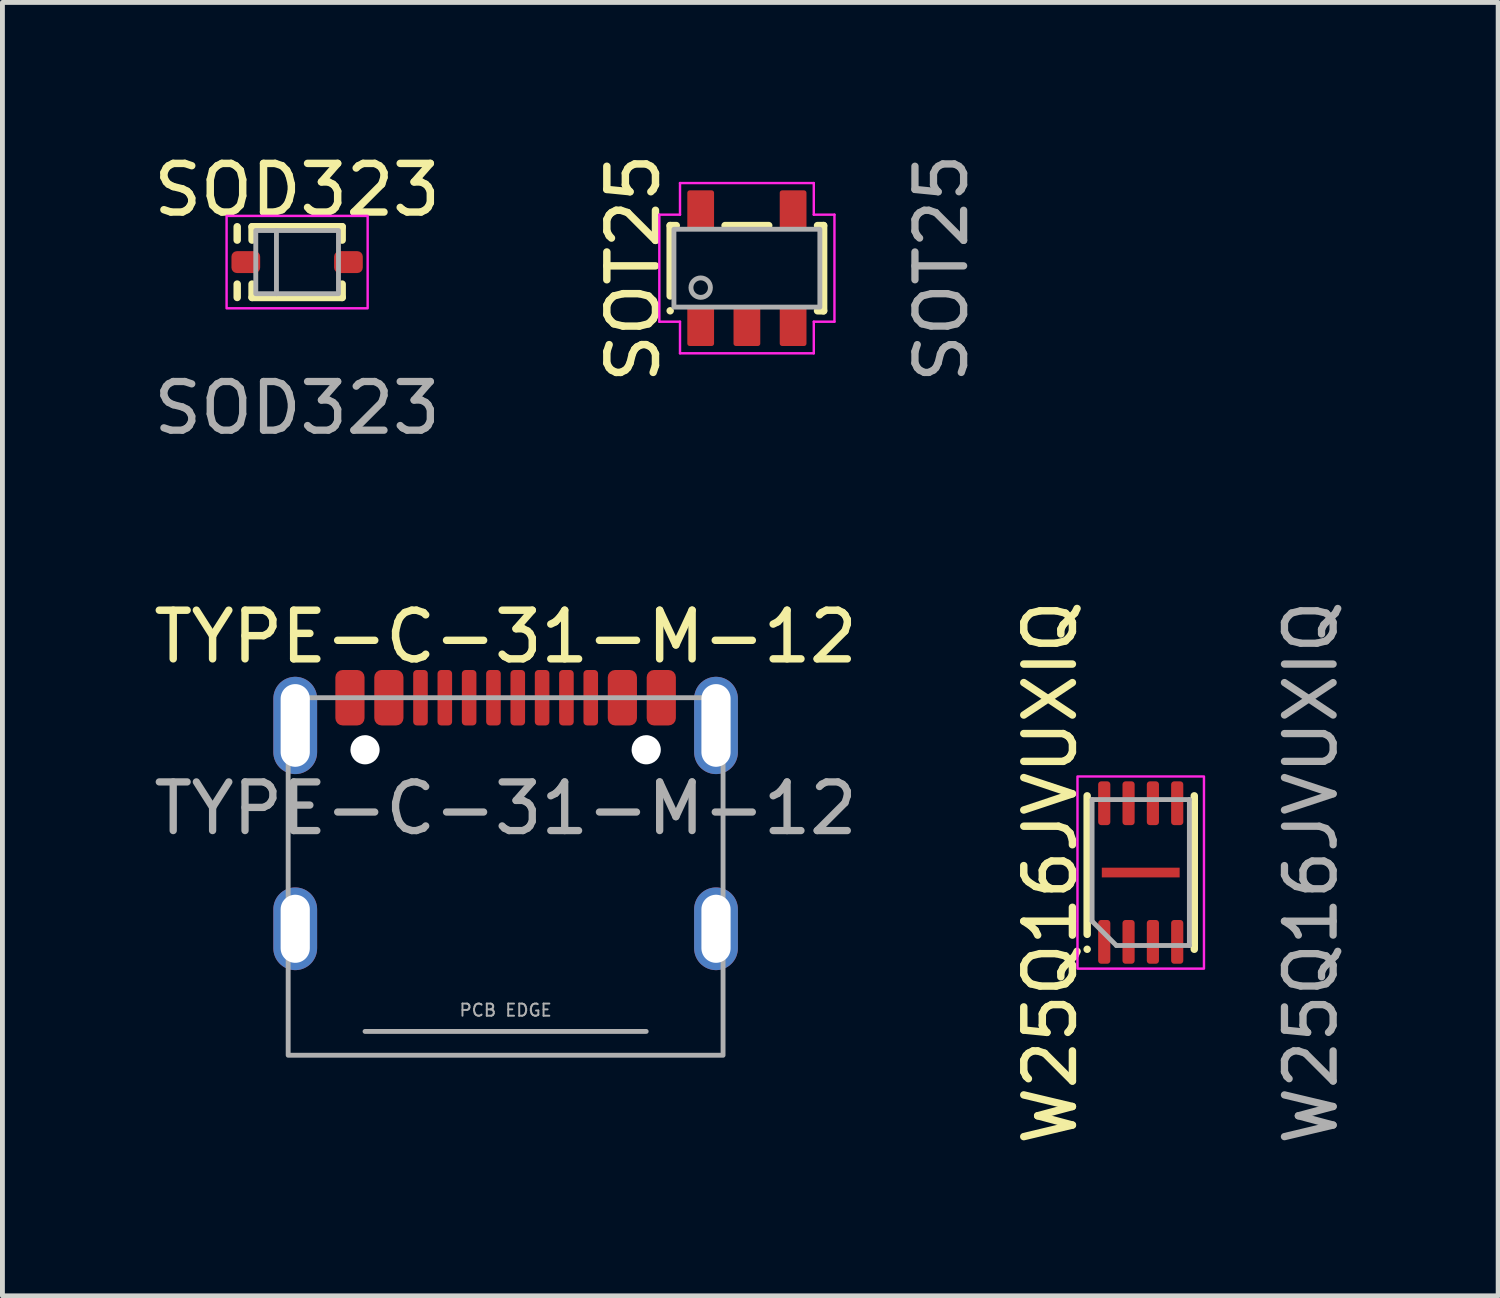
<source format=kicad_pcb>
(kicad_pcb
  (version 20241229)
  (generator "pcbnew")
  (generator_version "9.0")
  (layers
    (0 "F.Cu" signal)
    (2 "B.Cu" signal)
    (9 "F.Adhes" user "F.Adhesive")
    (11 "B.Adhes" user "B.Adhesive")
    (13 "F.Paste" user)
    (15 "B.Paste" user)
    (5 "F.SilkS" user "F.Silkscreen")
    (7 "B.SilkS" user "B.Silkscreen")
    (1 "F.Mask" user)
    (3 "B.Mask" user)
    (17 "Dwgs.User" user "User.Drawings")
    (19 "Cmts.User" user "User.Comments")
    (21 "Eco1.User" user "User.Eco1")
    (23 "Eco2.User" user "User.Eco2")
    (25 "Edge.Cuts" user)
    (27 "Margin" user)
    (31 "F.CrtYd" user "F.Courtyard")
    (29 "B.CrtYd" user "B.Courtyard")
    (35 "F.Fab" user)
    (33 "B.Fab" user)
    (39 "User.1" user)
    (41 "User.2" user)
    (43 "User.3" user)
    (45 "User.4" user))
  (footprint "W25Q16JVUXIQ"
    (layer "F.Cu")
    (at 20.4 14.887)
    (property "Reference" "W25Q16JVUXIQ" (at -1.859 0 90) (unlocked yes) (layer "F.SilkS") (effects (font (size 1 1) (thickness 0.153))))
    (attr smd)
    (fp_line (start -1.101 -1.577) (end -1.101 1.27) (stroke (width 0.153) (type solid)) (layer "F.SilkS"))
    (fp_line (start -1.101 1.577) (end -1.101 1.577) (stroke (width 0.153) (type solid)) (layer "F.SilkS"))
    (fp_line (start 1.101 -1.577) (end 1.101 1.577) (stroke (width 0.153) (type solid)) (layer "F.SilkS"))
    (fp_rect (start -1.3 -1.975) (end 1.3 1.975) (stroke (width 0.05) (type solid)) (fill no) (layer "F.CrtYd"))
    (fp_line (start -1 -1.5) (end -1 1) (stroke (width 0.1) (type solid)) (layer "F.Fab"))
    (fp_line (start -1 -1.5) (end 1 -1.5) (stroke (width 0.1) (type default)) (layer "F.Fab"))
    (fp_line (start -1 1) (end -0.5 1.5) (stroke (width 0.1) (type default)) (layer "F.Fab"))
    (fp_line (start -0.5 1.5) (end 1 1.5) (stroke (width 0.1) (type solid)) (layer "F.Fab"))
    (fp_line (start 1 -1.5) (end 1 1.5) (stroke (width 0.1) (type default)) (layer "F.Fab"))
    (fp_text user "${REFERENCE}" (at 3.5 0 90) (unlocked yes) (layer "F.Fab") (effects (font (size 1 1) (thickness 0.15))))
    (pad "" smd roundrect (at 0 0) (size 1.29 0.16) (layers "F.Paste") (roundrect_rratio 0.25))
    (pad "1" smd roundrect (at -0.75 1.425) (size 0.25 0.9) (layers "F.Cu" "F.Mask" "F.Paste") (roundrect_rratio 0.25))
    (pad "2" smd roundrect (at -0.25 1.425) (size 0.25 0.9) (layers "F.Cu" "F.Mask" "F.Paste") (roundrect_rratio 0.25))
    (pad "3" smd roundrect (at 0.25 1.425) (size 0.25 0.9) (layers "F.Cu" "F.Mask" "F.Paste") (roundrect_rratio 0.25))
    (pad "4" smd roundrect (at 0.75 1.425) (size 0.25 0.9) (layers "F.Cu" "F.Mask" "F.Paste") (roundrect_rratio 0.25))
    (pad "5" smd roundrect (at 0.75 -1.425) (size 0.25 0.9) (layers "F.Cu" "F.Mask" "F.Paste") (roundrect_rratio 0.25))
    (pad "6" smd roundrect (at 0.25 -1.425) (size 0.25 0.9) (layers "F.Cu" "F.Mask" "F.Paste") (roundrect_rratio 0.25))
    (pad "7" smd roundrect (at -0.25 -1.425) (size 0.25 0.9) (layers "F.Cu" "F.Mask" "F.Paste") (roundrect_rratio 0.25))
    (pad "8" smd roundrect (at -0.75 -1.425) (size 0.25 0.9) (layers "F.Cu" "F.Mask" "F.Paste") (roundrect_rratio 0.25))
    (pad "9" smd rect (at 0 0) (size 1.6 0.2) (property pad_prop_heatsink) (layers "F.Cu" "F.Mask")))
  (footprint "SOT25"
    (layer "F.Cu")
    (at 12.304 2.463)
    (property "Reference" "SOT25" (at -2.334 0 90) (unlocked yes) (layer "F.SilkS") (effects (font (size 1 1) (thickness 0.153))))
    (attr smd)
    (fp_line (start -1.577 -0.876) (end -1.577 0.571) (stroke (width 0.153) (type solid)) (layer "F.SilkS"))
    (fp_line (start -1.577 -0.876) (end -1.452 -0.876) (stroke (width 0.153) (type solid)) (layer "F.SilkS"))
    (fp_line (start -1.577 0.876) (end -1.577 0.876) (stroke (width 0.153) (type solid)) (layer "F.SilkS"))
    (fp_line (start -0.449 -0.876) (end 0.449 -0.876) (stroke (width 0.153) (type solid)) (layer "F.SilkS"))
    (fp_line (start 1.452 -0.876) (end 1.577 -0.876) (stroke (width 0.153) (type solid)) (layer "F.SilkS"))
    (fp_line (start 1.452 0.876) (end 1.577 0.876) (stroke (width 0.153) (type solid)) (layer "F.SilkS"))
    (fp_line (start 1.577 -0.876) (end 1.577 0.876) (stroke (width 0.153) (type solid)) (layer "F.SilkS"))
    (fp_line (start -1.8 -1.1) (end -1.8 1.1) (stroke (width 0.05) (type solid)) (layer "F.CrtYd"))
    (fp_line (start -1.8 -1.1) (end -1.375 -1.1) (stroke (width 0.05) (type solid)) (layer "F.CrtYd"))
    (fp_line (start -1.8 1.1) (end -1.375 1.1) (stroke (width 0.05) (type solid)) (layer "F.CrtYd"))
    (fp_line (start -1.375 -1.75) (end -1.375 -1.1) (stroke (width 0.05) (type solid)) (layer "F.CrtYd"))
    (fp_line (start -1.375 -1.75) (end 1.375 -1.75) (stroke (width 0.05) (type solid)) (layer "F.CrtYd"))
    (fp_line (start -1.375 1.1) (end -1.375 1.75) (stroke (width 0.05) (type solid)) (layer "F.CrtYd"))
    (fp_line (start -1.375 1.75) (end 1.375 1.75) (stroke (width 0.05) (type solid)) (layer "F.CrtYd"))
    (fp_line (start 1.375 -1.75) (end 1.375 -1.1) (stroke (width 0.05) (type solid)) (layer "F.CrtYd"))
    (fp_line (start 1.375 -1.1) (end 1.8 -1.1) (stroke (width 0.05) (type solid)) (layer "F.CrtYd"))
    (fp_line (start 1.375 1.1) (end 1.375 1.75) (stroke (width 0.05) (type solid)) (layer "F.CrtYd"))
    (fp_line (start 1.375 1.1) (end 1.8 1.1) (stroke (width 0.05) (type solid)) (layer "F.CrtYd"))
    (fp_line (start 1.8 -1.1) (end 1.8 1.1) (stroke (width 0.05) (type solid)) (layer "F.CrtYd"))
    (fp_rect (start -1.5 -0.8) (end 1.5 0.8) (stroke (width 0.1) (type solid)) (fill no) (layer "F.Fab"))
    (fp_circle (center -0.95 0.4) (end -0.75 0.4) (stroke (width 0.1) (type solid)) (fill no) (layer "F.Fab"))
    (fp_text user "${REFERENCE}" (at 4 0 90) (unlocked yes) (layer "F.Fab") (effects (font (size 1 1) (thickness 0.15))))
    (pad "1" smd roundrect (at -0.95 1.2) (size 0.55 0.8) (layers "F.Cu" "F.Mask" "F.Paste") (roundrect_rratio 0.091))
    (pad "2" smd roundrect (at 0 1.2) (size 0.55 0.8) (layers "F.Cu" "F.Mask" "F.Paste") (roundrect_rratio 0.091))
    (pad "3" smd roundrect (at 0.95 1.2) (size 0.55 0.8) (layers "F.Cu" "F.Mask" "F.Paste") (roundrect_rratio 0.091))
    (pad "4" smd roundrect (at 0.95 -1.2) (size 0.55 0.8) (layers "F.Cu" "F.Mask" "F.Paste") (roundrect_rratio 0.091))
    (pad "5" smd roundrect (at -0.95 -1.2) (size 0.55 0.8) (layers "F.Cu" "F.Mask" "F.Paste") (roundrect_rratio 0.091)))
  (footprint "TYPE-C-31-M-12"
    (layer "F.Cu")
    (at 7.344 13.569)
    (property "Reference" "TYPE-C-31-M-12" (at 0 -3.53 0) (unlocked yes) (layer "F.SilkS") (effects (font (size 1 1) (thickness 0.153))))
    (attr smd)
    (fp_rect (start -4.925 -2.996) (end 4.925 4.584) (stroke (width 0.1) (type solid)) (fill no) (layer "Margin"))
    (fp_line (start -2.89 4.584) (end 2.89 4.584) (stroke (width 0.1) (type solid)) (layer "F.Fab"))
    (fp_rect (start -4.47 -2.276) (end 4.47 5.074) (stroke (width 0.1) (type solid)) (fill no) (layer "F.Fab"))
    (fp_text user "${REFERENCE}" (at 0 0 0) (unlocked yes) (layer "F.Fab") (effects (font (size 1 1) (thickness 0.15))))
    (fp_text user "PCB EDGE" (at 0 4.294 0) (unlocked yes) (layer "F.Fab") (effects (font (size 0.25 0.25) (thickness 0.04)) (justify bottom)))
    (pad "" np_thru_hole circle (at -2.89 -1.206) (size 0.6 0.6) (drill 0.6) (layers "*.Cu" "*.Mask"))
    (pad "" np_thru_hole circle (at 2.89 -1.206) (size 0.6 0.6) (drill 0.6) (layers "*.Cu" "*.Mask"))
    (pad "A1" smd roundrect (at -3.2 -2.276) (size 0.6 1.14) (layers "F.Cu" "F.Mask" "F.Paste") (roundrect_rratio 0.25))
    (pad "A4" smd roundrect (at -2.4 -2.276) (size 0.6 1.14) (layers "F.Cu" "F.Mask" "F.Paste") (roundrect_rratio 0.25))
    (pad "A5" smd roundrect (at -1.25 -2.276) (size 0.3 1.14) (layers "F.Cu" "F.Mask" "F.Paste") (roundrect_rratio 0.25))
    (pad "A6" smd roundrect (at -0.25 -2.276) (size 0.3 1.14) (layers "F.Cu" "F.Mask" "F.Paste") (roundrect_rratio 0.25))
    (pad "A7" smd roundrect (at 0.25 -2.276) (size 0.3 1.14) (layers "F.Cu" "F.Mask" "F.Paste") (roundrect_rratio 0.25))
    (pad "A8" smd roundrect (at 1.25 -2.276) (size 0.3 1.14) (layers "F.Cu" "F.Mask" "F.Paste") (roundrect_rratio 0.25))
    (pad "B1" smd roundrect (at 3.2 -2.276) (size 0.6 1.14) (layers "F.Cu" "F.Mask" "F.Paste") (roundrect_rratio 0.25))
    (pad "B4" smd roundrect (at 2.4 -2.276) (size 0.6 1.14) (layers "F.Cu" "F.Mask" "F.Paste") (roundrect_rratio 0.25))
    (pad "B5" smd roundrect (at 1.75 -2.276) (size 0.3 1.14) (layers "F.Cu" "F.Mask" "F.Paste") (roundrect_rratio 0.25))
    (pad "B6" smd roundrect (at 0.75 -2.276) (size 0.3 1.14) (layers "F.Cu" "F.Mask" "F.Paste") (roundrect_rratio 0.25))
    (pad "B7" smd roundrect (at -0.75 -2.276) (size 0.3 1.14) (layers "F.Cu" "F.Mask" "F.Paste") (roundrect_rratio 0.25))
    (pad "B8" smd roundrect (at -1.75 -2.276) (size 0.3 1.14) (layers "F.Cu" "F.Mask" "F.Paste") (roundrect_rratio 0.25))
    (pad "S" thru_hole oval (at -4.325 -1.706) (size 0.9 2) (drill oval 0.6 1.7) (layers "*.Cu" "*.Mask"))
    (pad "S" thru_hole oval (at -4.325 2.474) (size 0.9 1.7) (drill oval 0.6 1.4) (layers "*.Cu" "*.Mask"))
    (pad "S" thru_hole oval (at 4.325 -1.706) (size 0.9 2) (drill oval 0.6 1.7) (layers "*.Cu" "*.Mask"))
    (pad "S" thru_hole oval (at 4.325 2.474) (size 0.9 1.7) (drill oval 0.6 1.4) (layers "*.Cu" "*.Mask"))
    (zone (net_name "") (layer "F.Cu") (hatch edge 0.5) (connect_pads) (min_thickness 0.25) (filled_areas_thickness no) (keepout (tracks not_allowed) (vias not_allowed) (pads not_allowed) (copperpour allowed) (footprints allowed)) (placement (enabled no)) (fill) (polygon (pts (xy 2.419 11.863) (xy 12.269 11.863) (xy 12.269 17.043) (xy 2.419 17.043)))))
  (footprint "SOD323"
    (layer "F.Cu")
    (at 3.058 2.338)
    (property "Reference" "SOD323" (at 0 -1.484 0) (unlocked yes) (layer "F.SilkS") (effects (font (size 1 1) (thickness 0.153))))
    (attr smd)
    (fp_line (start -1.232 -0.727) (end -1.232 -0.452) (stroke (width 0.153) (type solid)) (layer "F.SilkS"))
    (fp_line (start -1.232 0.452) (end -1.232 0.727) (stroke (width 0.153) (type solid)) (layer "F.SilkS"))
    (fp_line (start -0.926 -0.727) (end -0.926 -0.452) (stroke (width 0.153) (type solid)) (layer "F.SilkS"))
    (fp_line (start -0.926 -0.727) (end 0.926 -0.727) (stroke (width 0.153) (type solid)) (layer "F.SilkS"))
    (fp_line (start -0.926 0.452) (end -0.926 0.727) (stroke (width 0.153) (type solid)) (layer "F.SilkS"))
    (fp_line (start -0.926 0.727) (end 0.926 0.727) (stroke (width 0.153) (type solid)) (layer "F.SilkS"))
    (fp_line (start 0.926 -0.727) (end 0.926 -0.452) (stroke (width 0.153) (type solid)) (layer "F.SilkS"))
    (fp_line (start 0.926 0.452) (end 0.926 0.727) (stroke (width 0.153) (type solid)) (layer "F.SilkS"))
    (fp_rect (start -1.45 -0.95) (end 1.45 0.95) (stroke (width 0.05) (type solid)) (fill no) (layer "F.CrtYd"))
    (fp_line (start -0.425 -0.65) (end -0.425 0.65) (stroke (width 0.1) (type solid)) (layer "F.Fab"))
    (fp_rect (start -0.85 -0.65) (end 0.85 0.65) (stroke (width 0.1) (type solid)) (fill no) (layer "F.Fab"))
    (fp_text user "${REFERENCE}" (at 0 3 0) (unlocked yes) (layer "F.Fab") (effects (font (size 1 1) (thickness 0.15))))
    (pad "1" smd roundrect (at -1.055 0) (size 0.59 0.45) (layers "F.Cu" "F.Mask" "F.Paste") (roundrect_rratio 0.25))
    (pad "2" smd roundrect (at 1.055 0) (size 0.59 0.45) (layers "F.Cu" "F.Mask" "F.Paste") (roundrect_rratio 0.25)))
  (gr_rect
    (start -3 -3)
    (end 27.748 23.588)
    (stroke (width 0.1) (type default))
    (fill no)
    (layer "Edge.Cuts")))
</source>
